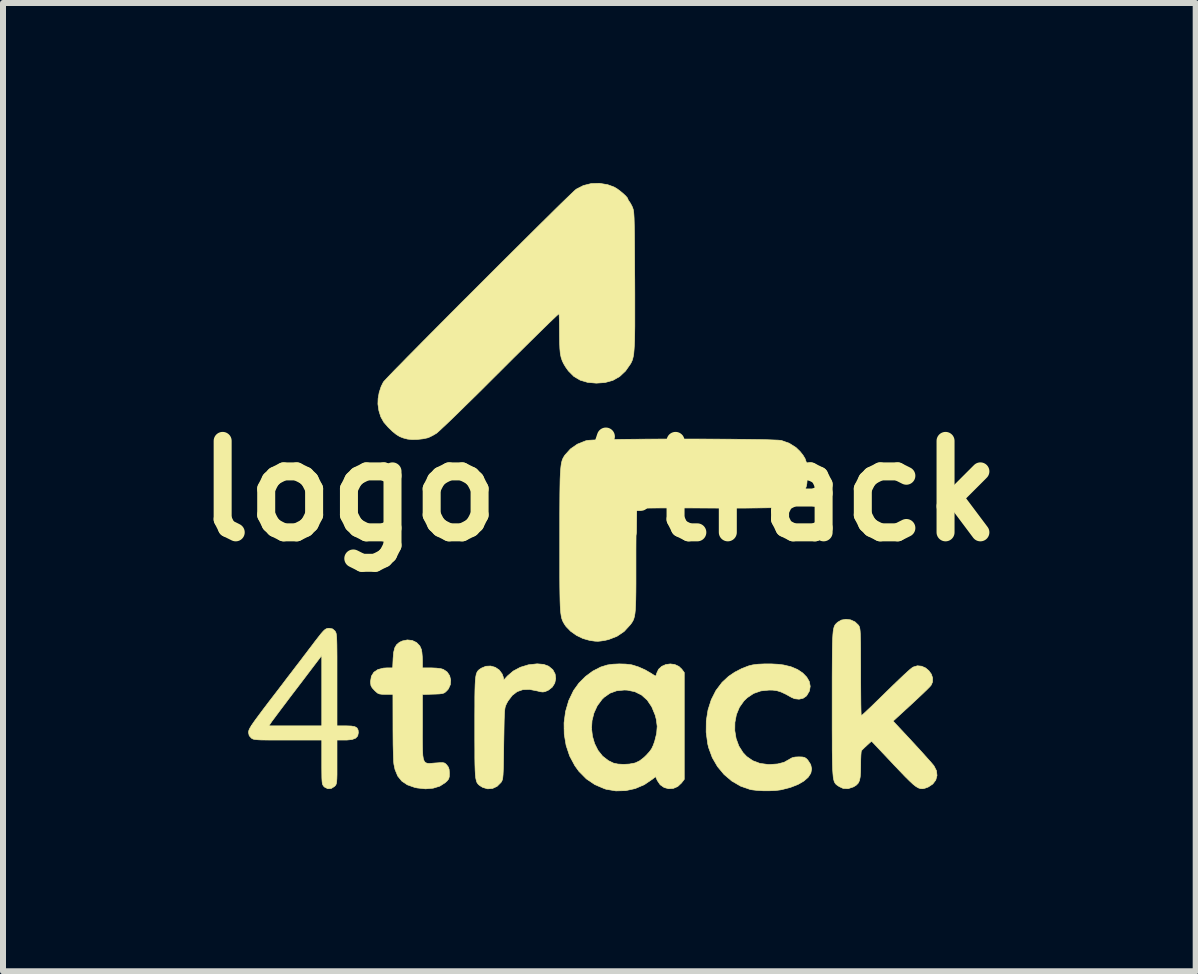
<source format=kicad_pcb>
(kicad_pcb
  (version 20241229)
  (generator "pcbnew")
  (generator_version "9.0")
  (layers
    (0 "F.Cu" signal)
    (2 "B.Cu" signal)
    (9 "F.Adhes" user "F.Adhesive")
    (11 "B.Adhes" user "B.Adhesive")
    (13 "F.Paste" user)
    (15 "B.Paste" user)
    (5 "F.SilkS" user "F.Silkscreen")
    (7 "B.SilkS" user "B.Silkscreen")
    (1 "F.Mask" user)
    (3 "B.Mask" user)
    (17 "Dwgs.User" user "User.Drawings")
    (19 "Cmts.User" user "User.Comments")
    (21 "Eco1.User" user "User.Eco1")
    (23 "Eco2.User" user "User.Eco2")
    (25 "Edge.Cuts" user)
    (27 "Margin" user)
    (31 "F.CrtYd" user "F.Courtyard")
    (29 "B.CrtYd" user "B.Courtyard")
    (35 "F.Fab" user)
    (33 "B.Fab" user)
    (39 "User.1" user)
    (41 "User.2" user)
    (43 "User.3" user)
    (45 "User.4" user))
  (footprint "logo 4track"
    (layer "F.Cu")
    (at 6.938 5.132)
    (property "Reference" "logo 4track" (at 0 0 0) (layer "F.SilkS") (effects (font (size 1.524 1.524) (thickness 0.3))))
    (attr through_hole)
    (fp_poly (pts (xy 2.867 2.882) (xy 2.979 2.888) (xy 3.067 2.899) (xy 3.193 2.929) (xy 3.302 2.975) (xy 3.39 3.034) (xy 3.456 3.102) (xy 3.499 3.176) (xy 3.514 3.255) (xy 3.501 3.333) (xy 3.456 3.41) (xy 3.451 3.416) (xy 3.397 3.454) (xy 3.328 3.47) (xy 3.254 3.462) (xy 3.203 3.44) (xy 3.108 3.387) (xy 3.031 3.351) (xy 2.962 3.329) (xy 2.892 3.319) (xy 2.829 3.318) (xy 2.691 3.332) (xy 2.571 3.374) (xy 2.465 3.445) (xy 2.409 3.499) (xy 2.334 3.605) (xy 2.284 3.726) (xy 2.259 3.858) (xy 2.257 3.993) (xy 2.279 4.126) (xy 2.325 4.251) (xy 2.394 4.36) (xy 2.454 4.424) (xy 2.557 4.495) (xy 2.676 4.54) (xy 2.813 4.558) (xy 2.845 4.558) (xy 2.972 4.549) (xy 3.076 4.522) (xy 3.164 4.474) (xy 3.169 4.47) (xy 3.212 4.446) (xy 3.262 4.434) (xy 3.324 4.431) (xy 3.383 4.433) (xy 3.421 4.441) (xy 3.45 4.46) (xy 3.474 4.485) (xy 3.522 4.559) (xy 3.538 4.632) (xy 3.524 4.703) (xy 3.48 4.771) (xy 3.408 4.834) (xy 3.31 4.891) (xy 3.187 4.939) (xy 3.041 4.977) (xy 3.014 4.982) (xy 2.935 4.992) (xy 2.836 4.996) (xy 2.73 4.996) (xy 2.628 4.99) (xy 2.543 4.98) (xy 2.512 4.974) (xy 2.354 4.919) (xy 2.209 4.835) (xy 2.079 4.725) (xy 1.969 4.593) (xy 1.882 4.443) (xy 1.821 4.277) (xy 1.806 4.214) (xy 1.78 4.02) (xy 1.782 3.831) (xy 1.811 3.649) (xy 1.865 3.479) (xy 1.943 3.325) (xy 2.045 3.19) (xy 2.154 3.089) (xy 2.258 3.019) (xy 2.374 2.959) (xy 2.488 2.915) (xy 2.557 2.898) (xy 2.643 2.887) (xy 2.751 2.882) (xy 2.867 2.882)) (stroke (width 0.01) (type solid)) (fill yes) (layer "F.SilkS"))
    (fp_poly (pts (xy -0.927 2.89) (xy -0.846 2.92) (xy -0.782 2.973) (xy -0.774 2.981) (xy -0.737 3.05) (xy -0.727 3.126) (xy -0.743 3.202) (xy -0.784 3.268) (xy -0.847 3.318) (xy -0.861 3.325) (xy -0.906 3.344) (xy -0.941 3.35) (xy -0.979 3.346) (xy -1.036 3.332) (xy -1.164 3.307) (xy -1.275 3.311) (xy -1.37 3.344) (xy -1.451 3.406) (xy -1.522 3.5) (xy -1.545 3.541) (xy -1.555 3.563) (xy -1.564 3.584) (xy -1.571 3.609) (xy -1.576 3.642) (xy -1.58 3.686) (xy -1.583 3.745) (xy -1.586 3.824) (xy -1.588 3.924) (xy -1.59 4.052) (xy -1.593 4.209) (xy -1.593 4.211) (xy -1.595 4.368) (xy -1.597 4.495) (xy -1.599 4.596) (xy -1.602 4.673) (xy -1.605 4.731) (xy -1.609 4.773) (xy -1.614 4.803) (xy -1.621 4.825) (xy -1.629 4.842) (xy -1.639 4.857) (xy -1.641 4.859) (xy -1.704 4.922) (xy -1.779 4.957) (xy -1.861 4.964) (xy -1.941 4.941) (xy -1.967 4.926) (xy -1.991 4.91) (xy -2.011 4.895) (xy -2.027 4.877) (xy -2.041 4.855) (xy -2.051 4.824) (xy -2.06 4.783) (xy -2.066 4.728) (xy -2.07 4.656) (xy -2.073 4.565) (xy -2.075 4.452) (xy -2.075 4.313) (xy -2.076 4.146) (xy -2.076 3.949) (xy -2.076 3.94) (xy -2.076 3.741) (xy -2.075 3.573) (xy -2.075 3.433) (xy -2.073 3.319) (xy -2.07 3.227) (xy -2.066 3.154) (xy -2.06 3.099) (xy -2.052 3.057) (xy -2.041 3.026) (xy -2.028 3.003) (xy -2.012 2.985) (xy -1.992 2.97) (xy -1.968 2.954) (xy -1.967 2.953) (xy -1.891 2.921) (xy -1.811 2.917) (xy -1.734 2.939) (xy -1.668 2.984) (xy -1.62 3.049) (xy -1.601 3.101) (xy -1.591 3.149) (xy -1.531 3.083) (xy -1.435 3.001) (xy -1.317 2.938) (xy -1.183 2.897) (xy -1.041 2.881) (xy -1.03 2.881) (xy -0.927 2.89)) (stroke (width 0.01) (type solid)) (fill yes) (layer "F.SilkS"))
    (fp_poly (pts (xy -3.118 2.491) (xy -3.046 2.526) (xy -2.992 2.582) (xy -2.966 2.64) (xy -2.957 2.69) (xy -2.951 2.758) (xy -2.948 2.826) (xy -2.948 2.948) (xy -2.804 2.948) (xy -2.715 2.952) (xy -2.642 2.961) (xy -2.601 2.973) (xy -2.537 3.016) (xy -2.495 3.078) (xy -2.477 3.151) (xy -2.483 3.227) (xy -2.515 3.298) (xy -2.54 3.327) (xy -2.565 3.351) (xy -2.589 3.367) (xy -2.619 3.376) (xy -2.664 3.382) (xy -2.731 3.385) (xy -2.771 3.386) (xy -2.948 3.392) (xy -2.948 3.933) (xy -2.949 4.094) (xy -2.948 4.224) (xy -2.946 4.327) (xy -2.942 4.406) (xy -2.933 4.463) (xy -2.919 4.501) (xy -2.9 4.525) (xy -2.872 4.537) (xy -2.837 4.541) (xy -2.792 4.538) (xy -2.736 4.533) (xy -2.731 4.533) (xy -2.66 4.528) (xy -2.614 4.527) (xy -2.585 4.532) (xy -2.563 4.545) (xy -2.542 4.567) (xy -2.516 4.602) (xy -2.503 4.642) (xy -2.499 4.703) (xy -2.499 4.705) (xy -2.501 4.762) (xy -2.511 4.798) (xy -2.536 4.831) (xy -2.569 4.861) (xy -2.659 4.919) (xy -2.77 4.953) (xy -2.897 4.964) (xy -3.036 4.949) (xy -3.081 4.939) (xy -3.2 4.897) (xy -3.292 4.835) (xy -3.36 4.751) (xy -3.405 4.642) (xy -3.424 4.552) (xy -3.428 4.509) (xy -3.431 4.437) (xy -3.434 4.342) (xy -3.437 4.228) (xy -3.438 4.101) (xy -3.439 3.967) (xy -3.439 3.918) (xy -3.44 3.389) (xy -3.56 3.389) (xy -3.624 3.388) (xy -3.666 3.382) (xy -3.697 3.368) (xy -3.728 3.341) (xy -3.747 3.323) (xy -3.786 3.28) (xy -3.806 3.244) (xy -3.812 3.2) (xy -3.813 3.173) (xy -3.799 3.087) (xy -3.758 3.021) (xy -3.691 2.976) (xy -3.599 2.952) (xy -3.536 2.948) (xy -3.444 2.948) (xy -3.437 2.791) (xy -3.428 2.689) (xy -3.41 2.615) (xy -3.379 2.562) (xy -3.333 2.523) (xy -3.285 2.5) (xy -3.2 2.482) (xy -3.118 2.491)) (stroke (width 0.01) (type solid)) (fill yes) (layer "F.SilkS"))
    (fp_poly (pts (xy 0.439 2.885) (xy 0.531 2.896) (xy 0.542 2.898) (xy 0.649 2.931) (xy 0.762 2.981) (xy 0.859 3.037) (xy 0.901 3.064) (xy 0.93 3.081) (xy 0.938 3.084) (xy 0.947 3.069) (xy 0.957 3.035) (xy 0.987 2.971) (xy 1.039 2.923) (xy 1.106 2.893) (xy 1.182 2.882) (xy 1.257 2.892) (xy 1.326 2.924) (xy 1.374 2.97) (xy 1.415 3.025) (xy 1.415 4.806) (xy 1.368 4.867) (xy 1.306 4.925) (xy 1.232 4.957) (xy 1.154 4.962) (xy 1.079 4.941) (xy 1.014 4.896) (xy 0.967 4.827) (xy 0.937 4.76) (xy 0.888 4.8) (xy 0.75 4.894) (xy 0.598 4.959) (xy 0.438 4.994) (xy 0.275 4.998) (xy 0.114 4.971) (xy 0.086 4.962) (xy -0.074 4.894) (xy -0.216 4.798) (xy -0.34 4.673) (xy -0.408 4.579) (xy -0.495 4.416) (xy -0.554 4.239) (xy -0.585 4.053) (xy -0.587 3.958) (xy -0.13 3.958) (xy -0.115 4.087) (xy -0.079 4.21) (xy -0.023 4.322) (xy 0.053 4.418) (xy 0.149 4.493) (xy 0.235 4.535) (xy 0.31 4.551) (xy 0.403 4.556) (xy 0.499 4.551) (xy 0.585 4.535) (xy 0.603 4.53) (xy 0.673 4.496) (xy 0.746 4.439) (xy 0.783 4.403) (xy 0.835 4.346) (xy 0.871 4.296) (xy 0.898 4.239) (xy 0.923 4.168) (xy 0.955 4.039) (xy 0.964 3.922) (xy 0.949 3.807) (xy 0.93 3.734) (xy 0.873 3.596) (xy 0.797 3.484) (xy 0.703 3.4) (xy 0.592 3.345) (xy 0.465 3.319) (xy 0.416 3.317) (xy 0.287 3.33) (xy 0.177 3.37) (xy 0.08 3.438) (xy 0.045 3.472) (xy -0.035 3.58) (xy -0.09 3.7) (xy -0.122 3.827) (xy -0.13 3.958) (xy -0.587 3.958) (xy -0.588 3.863) (xy -0.563 3.675) (xy -0.51 3.493) (xy -0.429 3.324) (xy -0.428 3.323) (xy -0.34 3.201) (xy -0.231 3.092) (xy -0.108 3.001) (xy 0.023 2.934) (xy 0.132 2.9) (xy 0.224 2.887) (xy 0.331 2.882) (xy 0.439 2.885)) (stroke (width 0.01) (type solid)) (fill yes) (layer "F.SilkS"))
    (fp_poly (pts (xy -4.445 2.299) (xy -4.407 2.332) (xy -4.399 2.344) (xy -4.392 2.357) (xy -4.386 2.375) (xy -4.382 2.401) (xy -4.378 2.439) (xy -4.376 2.49) (xy -4.374 2.559) (xy -4.373 2.648) (xy -4.372 2.761) (xy -4.372 2.9) (xy -4.372 3.069) (xy -4.372 3.146) (xy -4.372 3.914) (xy -4.222 3.914) (xy -4.134 3.917) (xy -4.074 3.928) (xy -4.038 3.95) (xy -4.02 3.985) (xy -4.016 4.029) (xy -4.027 4.082) (xy -4.061 4.119) (xy -4.121 4.142) (xy -4.21 4.151) (xy -4.238 4.151) (xy -4.372 4.151) (xy -4.372 4.517) (xy -4.372 4.637) (xy -4.372 4.727) (xy -4.374 4.794) (xy -4.377 4.84) (xy -4.382 4.872) (xy -4.389 4.893) (xy -4.399 4.908) (xy -4.413 4.923) (xy -4.413 4.923) (xy -4.468 4.958) (xy -4.525 4.962) (xy -4.579 4.935) (xy -4.589 4.926) (xy -4.601 4.911) (xy -4.61 4.895) (xy -4.617 4.871) (xy -4.621 4.836) (xy -4.624 4.784) (xy -4.625 4.711) (xy -4.626 4.612) (xy -4.626 4.519) (xy -4.626 4.151) (xy -5.191 4.151) (xy -5.345 4.151) (xy -5.468 4.151) (xy -5.565 4.15) (xy -5.639 4.149) (xy -5.693 4.146) (xy -5.732 4.142) (xy -5.759 4.138) (xy -5.778 4.131) (xy -5.793 4.123) (xy -5.801 4.116) (xy -5.835 4.078) (xy -5.846 4.028) (xy -5.846 4.019) (xy -5.844 4.001) (xy -5.837 3.98) (xy -5.824 3.952) (xy -5.802 3.916) (xy -5.801 3.914) (xy -5.508 3.914) (xy -4.626 3.914) (xy -4.626 2.741) (xy -4.8 2.97) (xy -4.866 3.057) (xy -4.946 3.163) (xy -5.033 3.277) (xy -5.121 3.392) (xy -5.202 3.499) (xy -5.202 3.5) (xy -5.271 3.591) (xy -5.335 3.676) (xy -5.391 3.751) (xy -5.435 3.81) (xy -5.464 3.849) (xy -5.469 3.858) (xy -5.508 3.914) (xy -5.801 3.914) (xy -5.771 3.869) (xy -5.727 3.807) (xy -5.669 3.729) (xy -5.596 3.631) (xy -5.505 3.511) (xy -5.411 3.389) (xy -5.296 3.239) (xy -5.2 3.112) (xy -5.119 3.007) (xy -5.053 2.92) (xy -4.998 2.849) (xy -4.953 2.79) (xy -4.916 2.74) (xy -4.883 2.698) (xy -4.854 2.659) (xy -4.825 2.621) (xy -4.795 2.582) (xy -4.761 2.537) (xy -4.751 2.523) (xy -4.685 2.438) (xy -4.636 2.376) (xy -4.599 2.334) (xy -4.569 2.307) (xy -4.544 2.294) (xy -4.518 2.288) (xy -4.499 2.288) (xy -4.445 2.299)) (stroke (width 0.01) (type solid)) (fill yes) (layer "F.SilkS"))
    (fp_poly (pts (xy 1.586 -0.866) (xy 1.792 -0.865) (xy 1.991 -0.864) (xy 2.183 -0.863) (xy 2.362 -0.861) (xy 2.527 -0.859) (xy 2.675 -0.857) (xy 2.801 -0.854) (xy 2.904 -0.85) (xy 2.981 -0.847) (xy 3.027 -0.843) (xy 3.036 -0.841) (xy 3.165 -0.795) (xy 3.277 -0.724) (xy 3.344 -0.659) (xy 3.394 -0.596) (xy 3.428 -0.54) (xy 3.449 -0.48) (xy 3.46 -0.408) (xy 3.464 -0.314) (xy 3.464 -0.28) (xy 3.463 -0.192) (xy 3.459 -0.13) (xy 3.451 -0.084) (xy 3.438 -0.046) (xy 3.427 -0.023) (xy 3.352 0.085) (xy 3.252 0.171) (xy 3.13 0.234) (xy 2.991 0.271) (xy 2.99 0.271) (xy 2.944 0.275) (xy 2.864 0.279) (xy 2.752 0.281) (xy 2.608 0.283) (xy 2.431 0.285) (xy 2.224 0.285) (xy 1.987 0.285) (xy 1.75 0.284) (xy 1.521 0.283) (xy 1.325 0.283) (xy 1.158 0.283) (xy 1.018 0.283) (xy 0.903 0.284) (xy 0.811 0.285) (xy 0.74 0.287) (xy 0.688 0.29) (xy 0.652 0.293) (xy 0.63 0.296) (xy 0.62 0.301) (xy 0.619 0.302) (xy 0.617 0.323) (xy 0.615 0.375) (xy 0.614 0.453) (xy 0.613 0.556) (xy 0.612 0.679) (xy 0.611 0.82) (xy 0.61 0.975) (xy 0.61 1.14) (xy 0.61 1.177) (xy 0.61 1.378) (xy 0.61 1.547) (xy 0.609 1.689) (xy 0.607 1.806) (xy 0.604 1.901) (xy 0.6 1.978) (xy 0.594 2.038) (xy 0.586 2.086) (xy 0.576 2.124) (xy 0.564 2.155) (xy 0.549 2.182) (xy 0.531 2.209) (xy 0.513 2.232) (xy 0.412 2.342) (xy 0.293 2.422) (xy 0.156 2.475) (xy 0.092 2.49) (xy 0.028 2.5) (xy -0.022 2.505) (xy -0.072 2.503) (xy -0.136 2.494) (xy -0.166 2.489) (xy -0.275 2.458) (xy -0.382 2.406) (xy -0.478 2.338) (xy -0.554 2.26) (xy -0.575 2.23) (xy -0.591 2.204) (xy -0.605 2.179) (xy -0.617 2.152) (xy -0.627 2.122) (xy -0.635 2.085) (xy -0.642 2.039) (xy -0.648 1.982) (xy -0.652 1.911) (xy -0.655 1.824) (xy -0.657 1.718) (xy -0.659 1.59) (xy -0.66 1.438) (xy -0.66 1.26) (xy -0.66 1.053) (xy -0.66 0.83) (xy -0.66 0.589) (xy -0.66 0.379) (xy -0.659 0.198) (xy -0.658 0.043) (xy -0.656 -0.087) (xy -0.654 -0.196) (xy -0.65 -0.285) (xy -0.645 -0.358) (xy -0.639 -0.417) (xy -0.632 -0.463) (xy -0.623 -0.5) (xy -0.613 -0.53) (xy -0.6 -0.556) (xy -0.586 -0.579) (xy -0.576 -0.595) (xy -0.482 -0.7) (xy -0.367 -0.78) (xy -0.233 -0.834) (xy -0.206 -0.841) (xy -0.171 -0.845) (xy -0.105 -0.849) (xy -0.011 -0.853) (xy 0.108 -0.856) (xy 0.249 -0.858) (xy 0.408 -0.861) (xy 0.583 -0.862) (xy 0.77 -0.864) (xy 0.967 -0.865) (xy 1.171 -0.866) (xy 1.378 -0.866) (xy 1.586 -0.866)) (stroke (width 0.01) (type solid)) (fill yes) (layer "F.SilkS"))
    (fp_poly (pts (xy 4.188 2.148) (xy 4.26 2.181) (xy 4.315 2.233) (xy 4.323 2.244) (xy 4.331 2.258) (xy 4.337 2.276) (xy 4.342 2.3) (xy 4.346 2.334) (xy 4.349 2.38) (xy 4.351 2.443) (xy 4.353 2.524) (xy 4.354 2.629) (xy 4.354 2.759) (xy 4.355 2.917) (xy 4.355 3.02) (xy 4.355 3.173) (xy 4.356 3.315) (xy 4.357 3.443) (xy 4.358 3.552) (xy 4.36 3.641) (xy 4.362 3.704) (xy 4.364 3.739) (xy 4.366 3.745) (xy 4.38 3.733) (xy 4.415 3.702) (xy 4.467 3.653) (xy 4.533 3.591) (xy 4.608 3.518) (xy 4.641 3.486) (xy 4.781 3.349) (xy 4.898 3.235) (xy 4.995 3.142) (xy 5.073 3.068) (xy 5.134 3.012) (xy 5.18 2.971) (xy 5.212 2.946) (xy 5.231 2.934) (xy 5.3 2.913) (xy 5.37 2.92) (xy 5.436 2.949) (xy 5.491 2.995) (xy 5.533 3.053) (xy 5.554 3.117) (xy 5.552 3.184) (xy 5.528 3.238) (xy 5.508 3.261) (xy 5.466 3.304) (xy 5.407 3.361) (xy 5.334 3.43) (xy 5.252 3.507) (xy 5.197 3.558) (xy 4.895 3.835) (xy 4.944 3.887) (xy 5.075 4.027) (xy 5.195 4.156) (xy 5.302 4.272) (xy 5.395 4.374) (xy 5.471 4.459) (xy 5.529 4.524) (xy 5.567 4.569) (xy 5.577 4.582) (xy 5.618 4.662) (xy 5.627 4.742) (xy 5.606 4.818) (xy 5.557 4.883) (xy 5.482 4.933) (xy 5.464 4.94) (xy 5.425 4.954) (xy 5.39 4.962) (xy 5.356 4.961) (xy 5.32 4.95) (xy 5.279 4.927) (xy 5.23 4.889) (xy 5.171 4.834) (xy 5.097 4.761) (xy 5.007 4.667) (xy 4.896 4.551) (xy 4.895 4.549) (xy 4.536 4.169) (xy 4.458 4.24) (xy 4.415 4.28) (xy 4.382 4.313) (xy 4.368 4.328) (xy 4.363 4.351) (xy 4.359 4.401) (xy 4.356 4.471) (xy 4.355 4.554) (xy 4.355 4.572) (xy 4.353 4.683) (xy 4.347 4.766) (xy 4.335 4.826) (xy 4.314 4.869) (xy 4.282 4.902) (xy 4.239 4.929) (xy 4.233 4.932) (xy 4.146 4.961) (xy 4.063 4.957) (xy 3.997 4.926) (xy 3.976 4.912) (xy 3.957 4.899) (xy 3.941 4.885) (xy 3.927 4.867) (xy 3.915 4.844) (xy 3.906 4.812) (xy 3.898 4.769) (xy 3.893 4.714) (xy 3.888 4.643) (xy 3.885 4.554) (xy 3.883 4.445) (xy 3.881 4.314) (xy 3.881 4.158) (xy 3.88 3.975) (xy 3.88 3.763) (xy 3.88 3.554) (xy 3.88 3.315) (xy 3.88 3.108) (xy 3.881 2.93) (xy 3.882 2.778) (xy 3.883 2.651) (xy 3.885 2.546) (xy 3.888 2.461) (xy 3.892 2.393) (xy 3.897 2.339) (xy 3.904 2.298) (xy 3.912 2.267) (xy 3.922 2.243) (xy 3.933 2.225) (xy 3.947 2.21) (xy 3.963 2.195) (xy 3.97 2.188) (xy 4.034 2.151) (xy 4.11 2.138) (xy 4.188 2.148)) (stroke (width 0.01) (type solid)) (fill yes) (layer "F.SilkS"))
    (fp_poly (pts (xy 0.14 -5.104) (xy 0.246 -5.065) (xy 0.291 -5.039) (xy 0.343 -5.001) (xy 0.395 -4.958) (xy 0.439 -4.917) (xy 0.468 -4.883) (xy 0.474 -4.868) (xy 0.485 -4.84) (xy 0.497 -4.826) (xy 0.516 -4.798) (xy 0.541 -4.752) (xy 0.552 -4.728) (xy 0.558 -4.711) (xy 0.564 -4.693) (xy 0.569 -4.67) (xy 0.573 -4.639) (xy 0.576 -4.599) (xy 0.579 -4.547) (xy 0.581 -4.48) (xy 0.583 -4.395) (xy 0.585 -4.29) (xy 0.586 -4.163) (xy 0.587 -4.011) (xy 0.588 -3.83) (xy 0.589 -3.62) (xy 0.59 -3.524) (xy 0.591 -3.285) (xy 0.591 -3.076) (xy 0.591 -2.897) (xy 0.591 -2.744) (xy 0.589 -2.615) (xy 0.587 -2.507) (xy 0.583 -2.419) (xy 0.578 -2.346) (xy 0.573 -2.288) (xy 0.565 -2.241) (xy 0.556 -2.203) (xy 0.546 -2.172) (xy 0.533 -2.144) (xy 0.522 -2.122) (xy 0.436 -1.999) (xy 0.338 -1.907) (xy 0.225 -1.843) (xy 0.094 -1.807) (xy -0.05 -1.797) (xy -0.196 -1.81) (xy -0.32 -1.847) (xy -0.426 -1.91) (xy -0.516 -2.001) (xy -0.563 -2.067) (xy -0.596 -2.122) (xy -0.62 -2.174) (xy -0.638 -2.229) (xy -0.651 -2.293) (xy -0.658 -2.372) (xy -0.662 -2.472) (xy -0.664 -2.599) (xy -0.664 -2.623) (xy -0.665 -2.724) (xy -0.666 -2.812) (xy -0.668 -2.884) (xy -0.67 -2.933) (xy -0.673 -2.953) (xy -0.673 -2.953) (xy -0.686 -2.943) (xy -0.721 -2.911) (xy -0.776 -2.859) (xy -0.85 -2.788) (xy -0.94 -2.7) (xy -1.046 -2.596) (xy -1.165 -2.479) (xy -1.295 -2.35) (xy -1.435 -2.212) (xy -1.582 -2.065) (xy -1.658 -1.989) (xy -1.811 -1.837) (xy -1.958 -1.69) (xy -2.099 -1.551) (xy -2.23 -1.423) (xy -2.35 -1.305) (xy -2.456 -1.202) (xy -2.548 -1.114) (xy -2.623 -1.044) (xy -2.678 -0.993) (xy -2.712 -0.963) (xy -2.72 -0.958) (xy -2.778 -0.924) (xy -2.835 -0.896) (xy -2.864 -0.885) (xy -2.94 -0.869) (xy -3.031 -0.859) (xy -3.12 -0.857) (xy -3.192 -0.864) (xy -3.194 -0.864) (xy -3.267 -0.883) (xy -3.328 -0.907) (xy -3.386 -0.943) (xy -3.45 -0.995) (xy -3.518 -1.061) (xy -3.592 -1.146) (xy -3.642 -1.235) (xy -3.674 -1.338) (xy -3.69 -1.449) (xy -3.687 -1.539) (xy -3.669 -1.641) (xy -3.637 -1.739) (xy -3.6 -1.814) (xy -3.583 -1.834) (xy -3.543 -1.877) (xy -3.483 -1.94) (xy -3.404 -2.022) (xy -3.307 -2.12) (xy -3.196 -2.234) (xy -3.07 -2.361) (xy -2.933 -2.5) (xy -2.786 -2.648) (xy -2.63 -2.805) (xy -2.468 -2.968) (xy -2.301 -3.136) (xy -2.13 -3.306) (xy -1.958 -3.478) (xy -1.787 -3.649) (xy -1.618 -3.818) (xy -1.452 -3.983) (xy -1.292 -4.142) (xy -1.139 -4.294) (xy -0.996 -4.436) (xy -0.863 -4.567) (xy -0.743 -4.686) (xy -0.637 -4.79) (xy -0.547 -4.877) (xy -0.474 -4.947) (xy -0.422 -4.997) (xy -0.39 -5.025) (xy -0.384 -5.03) (xy -0.267 -5.09) (xy -0.136 -5.123) (xy 0.002 -5.127) (xy 0.14 -5.104)) (stroke (width 0.01) (type solid)) (fill yes) (layer "F.SilkS")))
  (gr_rect
    (start -3 -3)
    (end 16.876 13.136)
    (stroke (width 0.1) (type default))
    (fill no)
    (layer "Edge.Cuts")))
</source>
